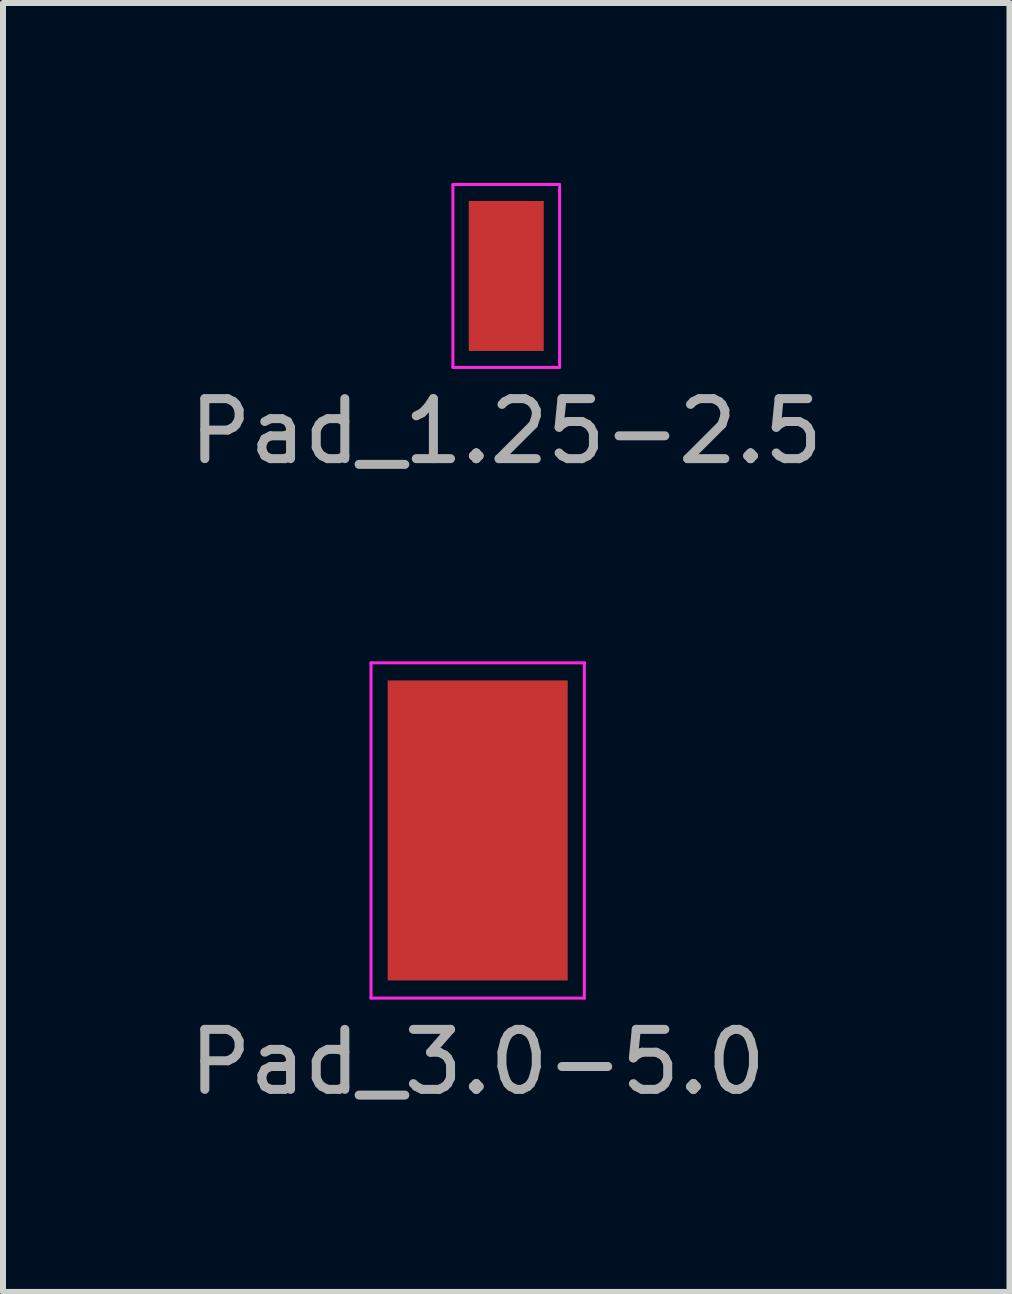
<source format=kicad_pcb>
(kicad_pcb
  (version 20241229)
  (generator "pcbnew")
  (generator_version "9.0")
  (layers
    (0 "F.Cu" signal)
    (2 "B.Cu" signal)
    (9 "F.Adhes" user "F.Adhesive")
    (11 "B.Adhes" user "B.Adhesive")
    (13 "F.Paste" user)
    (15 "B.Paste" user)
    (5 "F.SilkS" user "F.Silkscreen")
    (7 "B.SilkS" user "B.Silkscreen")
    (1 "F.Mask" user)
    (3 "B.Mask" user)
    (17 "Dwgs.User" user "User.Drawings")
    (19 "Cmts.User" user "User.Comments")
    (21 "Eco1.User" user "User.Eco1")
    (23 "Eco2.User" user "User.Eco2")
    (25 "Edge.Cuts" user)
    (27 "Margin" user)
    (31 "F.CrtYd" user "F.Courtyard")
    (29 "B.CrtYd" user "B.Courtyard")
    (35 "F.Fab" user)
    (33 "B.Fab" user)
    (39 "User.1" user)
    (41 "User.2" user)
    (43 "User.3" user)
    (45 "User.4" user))
  (footprint "Pad_1.25-2.5"
    (layer "F.Cu")
    (at 5.387 1.549)
    (property "Reference" "Pad_1.25-2.5" (at 0 3.175 180) (layer "F.Fab") (effects (font (size 1 1) (thickness 0.15)) (justify bottom)))
    (attr through_hole)
    (fp_line (start -0.889 -1.524) (end 0.889 -1.524) (stroke (width 0.05) (type solid)) (layer "F.CrtYd"))
    (fp_line (start -0.889 1.524) (end -0.889 -1.524) (stroke (width 0.05) (type solid)) (layer "F.CrtYd"))
    (fp_line (start 0.889 -1.524) (end 0.889 1.524) (stroke (width 0.05) (type solid)) (layer "F.CrtYd"))
    (fp_line (start 0.889 1.524) (end -0.889 1.524) (stroke (width 0.05) (type solid)) (layer "F.CrtYd"))
    (pad "1" smd rect (at 0 0) (size 1.25 2.5) (layers "F.Cu" "F.Mask" "F.Paste")))
  (footprint "Pad_3.0-5.0"
    (layer "F.Cu")
    (at 4.911 10.79)
    (property "Reference" "Pad_3.0-5.0" (at 0 4.445 180) (layer "F.Fab") (effects (font (size 1 1) (thickness 0.15)) (justify bottom)))
    (attr through_hole)
    (fp_line (start -1.778 -2.794) (end 1.778 -2.794) (stroke (width 0.05) (type solid)) (layer "F.CrtYd"))
    (fp_line (start -1.778 2.794) (end -1.778 -2.794) (stroke (width 0.05) (type solid)) (layer "F.CrtYd"))
    (fp_line (start 1.778 -2.794) (end 1.778 2.794) (stroke (width 0.05) (type solid)) (layer "F.CrtYd"))
    (fp_line (start 1.778 2.794) (end -1.778 2.794) (stroke (width 0.05) (type solid)) (layer "F.CrtYd"))
    (pad "1" smd rect (at 0 0) (size 3 5) (layers "F.Cu" "F.Mask" "F.Paste")))
  (gr_rect
    (start -3 -3)
    (end 13.774 18.481)
    (stroke (width 0.1) (type default))
    (fill no)
    (layer "Edge.Cuts")))
</source>
